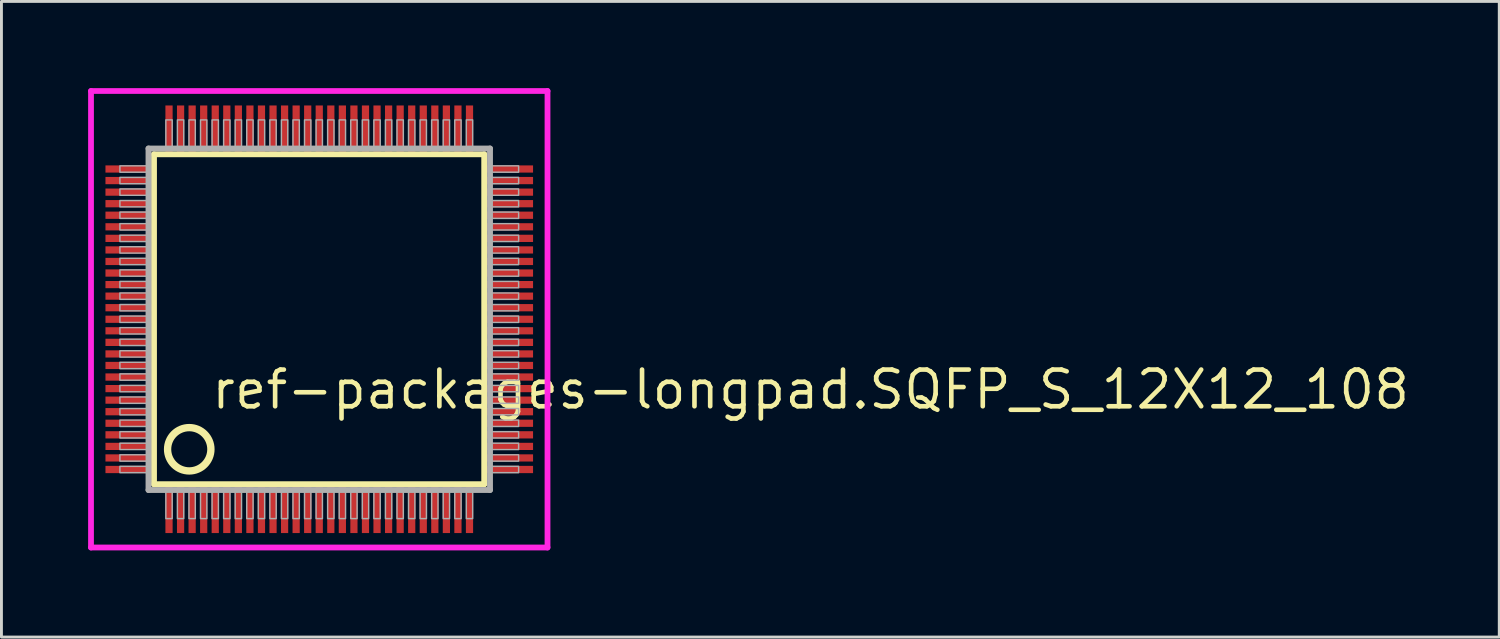
<source format=kicad_pcb>
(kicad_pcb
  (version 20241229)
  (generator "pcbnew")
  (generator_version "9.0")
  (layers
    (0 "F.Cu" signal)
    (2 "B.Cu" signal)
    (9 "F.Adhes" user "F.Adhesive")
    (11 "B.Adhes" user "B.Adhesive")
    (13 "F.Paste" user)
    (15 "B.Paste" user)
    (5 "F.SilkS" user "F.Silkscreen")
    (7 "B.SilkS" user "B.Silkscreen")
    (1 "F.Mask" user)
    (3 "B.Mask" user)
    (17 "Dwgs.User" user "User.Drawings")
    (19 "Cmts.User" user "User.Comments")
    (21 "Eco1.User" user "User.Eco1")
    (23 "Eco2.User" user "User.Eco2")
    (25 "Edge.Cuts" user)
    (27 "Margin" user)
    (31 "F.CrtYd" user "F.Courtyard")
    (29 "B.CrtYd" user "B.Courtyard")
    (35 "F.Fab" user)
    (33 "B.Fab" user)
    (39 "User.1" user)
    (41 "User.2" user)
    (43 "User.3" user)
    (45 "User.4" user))
  (footprint "ref-packages-longpad.SQFP_S_12X12_108"
    (layer "F.Cu")
    (at 8 8)
    (property "Reference" "ref-packages-longpad.SQFP_S_12X12_108" (at -3.81 3.175 0) (layer "F.SilkS") (effects (font (size 1.27 1.27) (thickness 0.16)) (justify left bottom)))
    (attr smd)
    (fp_line (start -5.72 -5.71) (end 5.71 -5.71) (stroke (width 0.203) (type default)) (layer "F.SilkS"))
    (fp_line (start -5.72 5.71) (end -5.72 -5.71) (stroke (width 0.203) (type default)) (layer "F.SilkS"))
    (fp_line (start 5.71 -5.71) (end 5.71 5.71) (stroke (width 0.203) (type default)) (layer "F.SilkS"))
    (fp_line (start 5.71 5.71) (end -5.72 5.71) (stroke (width 0.203) (type default)) (layer "F.SilkS"))
    (fp_circle (center -4.5 4.5) (end -3.75 4.5) (stroke (width 0.254) (type default)) (fill no) (layer "F.SilkS"))
    (fp_line (start -7.9 -7.9) (end 7.9 -7.9) (stroke (width 0.2) (type default)) (layer "F.CrtYd"))
    (fp_line (start -7.9 7.9) (end -7.9 -7.9) (stroke (width 0.2) (type default)) (layer "F.CrtYd"))
    (fp_line (start 7.9 -7.9) (end 7.9 7.9) (stroke (width 0.2) (type default)) (layer "F.CrtYd"))
    (fp_line (start 7.9 7.9) (end -7.9 7.9) (stroke (width 0.2) (type default)) (layer "F.CrtYd"))
    (fp_line (start -5.91 -5.91) (end -5.91 5.91) (stroke (width 0.203) (type default)) (layer "F.Fab"))
    (fp_line (start -5.91 5.91) (end 5.91 5.91) (stroke (width 0.203) (type default)) (layer "F.Fab"))
    (fp_line (start 5.91 -5.91) (end -5.91 -5.91) (stroke (width 0.203) (type default)) (layer "F.Fab"))
    (fp_line (start 5.91 5.91) (end 5.91 -5.91) (stroke (width 0.203) (type default)) (layer "F.Fab"))
    (fp_rect (start -6.9 -5.09) (end -5.95 -5.31) (stroke (width 0.05) (type default)) (fill no) (layer "F.Fab"))
    (fp_rect (start -6.9 -4.69) (end -5.95 -4.91) (stroke (width 0.05) (type default)) (fill no) (layer "F.Fab"))
    (fp_rect (start -6.9 -4.29) (end -5.95 -4.51) (stroke (width 0.05) (type default)) (fill no) (layer "F.Fab"))
    (fp_rect (start -6.9 -3.89) (end -5.95 -4.11) (stroke (width 0.05) (type default)) (fill no) (layer "F.Fab"))
    (fp_rect (start -6.9 -3.49) (end -5.95 -3.71) (stroke (width 0.05) (type default)) (fill no) (layer "F.Fab"))
    (fp_rect (start -6.9 -3.09) (end -5.95 -3.31) (stroke (width 0.05) (type default)) (fill no) (layer "F.Fab"))
    (fp_rect (start -6.9 -2.69) (end -5.95 -2.91) (stroke (width 0.05) (type default)) (fill no) (layer "F.Fab"))
    (fp_rect (start -6.9 -2.29) (end -5.95 -2.51) (stroke (width 0.05) (type default)) (fill no) (layer "F.Fab"))
    (fp_rect (start -6.9 -1.89) (end -5.95 -2.11) (stroke (width 0.05) (type default)) (fill no) (layer "F.Fab"))
    (fp_rect (start -6.9 -1.49) (end -5.95 -1.71) (stroke (width 0.05) (type default)) (fill no) (layer "F.Fab"))
    (fp_rect (start -6.9 -1.09) (end -5.95 -1.31) (stroke (width 0.05) (type default)) (fill no) (layer "F.Fab"))
    (fp_rect (start -6.9 -0.69) (end -5.95 -0.91) (stroke (width 0.05) (type default)) (fill no) (layer "F.Fab"))
    (fp_rect (start -6.9 -0.29) (end -5.95 -0.51) (stroke (width 0.05) (type default)) (fill no) (layer "F.Fab"))
    (fp_rect (start -6.9 0.11) (end -5.95 -0.11) (stroke (width 0.05) (type default)) (fill no) (layer "F.Fab"))
    (fp_rect (start -6.9 0.51) (end -5.95 0.29) (stroke (width 0.05) (type default)) (fill no) (layer "F.Fab"))
    (fp_rect (start -6.9 0.91) (end -5.95 0.69) (stroke (width 0.05) (type default)) (fill no) (layer "F.Fab"))
    (fp_rect (start -6.9 1.31) (end -5.95 1.09) (stroke (width 0.05) (type default)) (fill no) (layer "F.Fab"))
    (fp_rect (start -6.9 1.71) (end -5.95 1.49) (stroke (width 0.05) (type default)) (fill no) (layer "F.Fab"))
    (fp_rect (start -6.9 2.11) (end -5.95 1.89) (stroke (width 0.05) (type default)) (fill no) (layer "F.Fab"))
    (fp_rect (start -6.9 2.51) (end -5.95 2.29) (stroke (width 0.05) (type default)) (fill no) (layer "F.Fab"))
    (fp_rect (start -6.9 2.91) (end -5.95 2.69) (stroke (width 0.05) (type default)) (fill no) (layer "F.Fab"))
    (fp_rect (start -6.9 3.31) (end -5.95 3.09) (stroke (width 0.05) (type default)) (fill no) (layer "F.Fab"))
    (fp_rect (start -6.9 3.71) (end -5.95 3.49) (stroke (width 0.05) (type default)) (fill no) (layer "F.Fab"))
    (fp_rect (start -6.9 4.11) (end -5.95 3.89) (stroke (width 0.05) (type default)) (fill no) (layer "F.Fab"))
    (fp_rect (start -6.9 4.51) (end -5.95 4.29) (stroke (width 0.05) (type default)) (fill no) (layer "F.Fab"))
    (fp_rect (start -6.9 4.91) (end -5.95 4.69) (stroke (width 0.05) (type default)) (fill no) (layer "F.Fab"))
    (fp_rect (start -6.9 5.31) (end -5.95 5.09) (stroke (width 0.05) (type default)) (fill no) (layer "F.Fab"))
    (fp_rect (start -5.31 -5.95) (end -5.09 -6.9) (stroke (width 0.05) (type default)) (fill no) (layer "F.Fab"))
    (fp_rect (start -5.31 6.9) (end -5.09 5.95) (stroke (width 0.05) (type default)) (fill no) (layer "F.Fab"))
    (fp_rect (start -4.91 -5.95) (end -4.69 -6.9) (stroke (width 0.05) (type default)) (fill no) (layer "F.Fab"))
    (fp_rect (start -4.91 6.9) (end -4.69 5.95) (stroke (width 0.05) (type default)) (fill no) (layer "F.Fab"))
    (fp_rect (start -4.51 -5.95) (end -4.29 -6.9) (stroke (width 0.05) (type default)) (fill no) (layer "F.Fab"))
    (fp_rect (start -4.51 6.9) (end -4.29 5.95) (stroke (width 0.05) (type default)) (fill no) (layer "F.Fab"))
    (fp_rect (start -4.11 -5.95) (end -3.89 -6.9) (stroke (width 0.05) (type default)) (fill no) (layer "F.Fab"))
    (fp_rect (start -4.11 6.9) (end -3.89 5.95) (stroke (width 0.05) (type default)) (fill no) (layer "F.Fab"))
    (fp_rect (start -3.71 -5.95) (end -3.49 -6.9) (stroke (width 0.05) (type default)) (fill no) (layer "F.Fab"))
    (fp_rect (start -3.71 6.9) (end -3.49 5.95) (stroke (width 0.05) (type default)) (fill no) (layer "F.Fab"))
    (fp_rect (start -3.31 -5.95) (end -3.09 -6.9) (stroke (width 0.05) (type default)) (fill no) (layer "F.Fab"))
    (fp_rect (start -3.31 6.9) (end -3.09 5.95) (stroke (width 0.05) (type default)) (fill no) (layer "F.Fab"))
    (fp_rect (start -2.91 -5.95) (end -2.69 -6.9) (stroke (width 0.05) (type default)) (fill no) (layer "F.Fab"))
    (fp_rect (start -2.91 6.9) (end -2.69 5.95) (stroke (width 0.05) (type default)) (fill no) (layer "F.Fab"))
    (fp_rect (start -2.51 -5.95) (end -2.29 -6.9) (stroke (width 0.05) (type default)) (fill no) (layer "F.Fab"))
    (fp_rect (start -2.51 6.9) (end -2.29 5.95) (stroke (width 0.05) (type default)) (fill no) (layer "F.Fab"))
    (fp_rect (start -2.11 -5.95) (end -1.89 -6.9) (stroke (width 0.05) (type default)) (fill no) (layer "F.Fab"))
    (fp_rect (start -2.11 6.9) (end -1.89 5.95) (stroke (width 0.05) (type default)) (fill no) (layer "F.Fab"))
    (fp_rect (start -1.71 -5.95) (end -1.49 -6.9) (stroke (width 0.05) (type default)) (fill no) (layer "F.Fab"))
    (fp_rect (start -1.71 6.9) (end -1.49 5.95) (stroke (width 0.05) (type default)) (fill no) (layer "F.Fab"))
    (fp_rect (start -1.31 -5.95) (end -1.09 -6.9) (stroke (width 0.05) (type default)) (fill no) (layer "F.Fab"))
    (fp_rect (start -1.31 6.9) (end -1.09 5.95) (stroke (width 0.05) (type default)) (fill no) (layer "F.Fab"))
    (fp_rect (start -0.91 -5.95) (end -0.69 -6.9) (stroke (width 0.05) (type default)) (fill no) (layer "F.Fab"))
    (fp_rect (start -0.91 6.9) (end -0.69 5.95) (stroke (width 0.05) (type default)) (fill no) (layer "F.Fab"))
    (fp_rect (start -0.51 -5.95) (end -0.29 -6.9) (stroke (width 0.05) (type default)) (fill no) (layer "F.Fab"))
    (fp_rect (start -0.51 6.9) (end -0.29 5.95) (stroke (width 0.05) (type default)) (fill no) (layer "F.Fab"))
    (fp_rect (start -0.11 -5.95) (end 0.11 -6.9) (stroke (width 0.05) (type default)) (fill no) (layer "F.Fab"))
    (fp_rect (start -0.11 6.9) (end 0.11 5.95) (stroke (width 0.05) (type default)) (fill no) (layer "F.Fab"))
    (fp_rect (start 0.29 -5.95) (end 0.51 -6.9) (stroke (width 0.05) (type default)) (fill no) (layer "F.Fab"))
    (fp_rect (start 0.29 6.9) (end 0.51 5.95) (stroke (width 0.05) (type default)) (fill no) (layer "F.Fab"))
    (fp_rect (start 0.69 -5.95) (end 0.91 -6.9) (stroke (width 0.05) (type default)) (fill no) (layer "F.Fab"))
    (fp_rect (start 0.69 6.9) (end 0.91 5.95) (stroke (width 0.05) (type default)) (fill no) (layer "F.Fab"))
    (fp_rect (start 1.09 -5.95) (end 1.31 -6.9) (stroke (width 0.05) (type default)) (fill no) (layer "F.Fab"))
    (fp_rect (start 1.09 6.9) (end 1.31 5.95) (stroke (width 0.05) (type default)) (fill no) (layer "F.Fab"))
    (fp_rect (start 1.49 -5.95) (end 1.71 -6.9) (stroke (width 0.05) (type default)) (fill no) (layer "F.Fab"))
    (fp_rect (start 1.49 6.9) (end 1.71 5.95) (stroke (width 0.05) (type default)) (fill no) (layer "F.Fab"))
    (fp_rect (start 1.89 -5.95) (end 2.11 -6.9) (stroke (width 0.05) (type default)) (fill no) (layer "F.Fab"))
    (fp_rect (start 1.89 6.9) (end 2.11 5.95) (stroke (width 0.05) (type default)) (fill no) (layer "F.Fab"))
    (fp_rect (start 2.29 -5.95) (end 2.51 -6.9) (stroke (width 0.05) (type default)) (fill no) (layer "F.Fab"))
    (fp_rect (start 2.29 6.9) (end 2.51 5.95) (stroke (width 0.05) (type default)) (fill no) (layer "F.Fab"))
    (fp_rect (start 2.69 -5.95) (end 2.91 -6.9) (stroke (width 0.05) (type default)) (fill no) (layer "F.Fab"))
    (fp_rect (start 2.69 6.9) (end 2.91 5.95) (stroke (width 0.05) (type default)) (fill no) (layer "F.Fab"))
    (fp_rect (start 3.09 -5.95) (end 3.31 -6.9) (stroke (width 0.05) (type default)) (fill no) (layer "F.Fab"))
    (fp_rect (start 3.09 6.9) (end 3.31 5.95) (stroke (width 0.05) (type default)) (fill no) (layer "F.Fab"))
    (fp_rect (start 3.49 -5.95) (end 3.71 -6.9) (stroke (width 0.05) (type default)) (fill no) (layer "F.Fab"))
    (fp_rect (start 3.49 6.9) (end 3.71 5.95) (stroke (width 0.05) (type default)) (fill no) (layer "F.Fab"))
    (fp_rect (start 3.89 -5.95) (end 4.11 -6.9) (stroke (width 0.05) (type default)) (fill no) (layer "F.Fab"))
    (fp_rect (start 3.89 6.9) (end 4.11 5.95) (stroke (width 0.05) (type default)) (fill no) (layer "F.Fab"))
    (fp_rect (start 4.29 -5.95) (end 4.51 -6.9) (stroke (width 0.05) (type default)) (fill no) (layer "F.Fab"))
    (fp_rect (start 4.29 6.9) (end 4.51 5.95) (stroke (width 0.05) (type default)) (fill no) (layer "F.Fab"))
    (fp_rect (start 4.69 -5.95) (end 4.91 -6.9) (stroke (width 0.05) (type default)) (fill no) (layer "F.Fab"))
    (fp_rect (start 4.69 6.9) (end 4.91 5.95) (stroke (width 0.05) (type default)) (fill no) (layer "F.Fab"))
    (fp_rect (start 5.09 -5.95) (end 5.31 -6.9) (stroke (width 0.05) (type default)) (fill no) (layer "F.Fab"))
    (fp_rect (start 5.09 6.9) (end 5.31 5.95) (stroke (width 0.05) (type default)) (fill no) (layer "F.Fab"))
    (fp_rect (start 5.95 -5.09) (end 6.9 -5.31) (stroke (width 0.05) (type default)) (fill no) (layer "F.Fab"))
    (fp_rect (start 5.95 -4.69) (end 6.9 -4.91) (stroke (width 0.05) (type default)) (fill no) (layer "F.Fab"))
    (fp_rect (start 5.95 -4.29) (end 6.9 -4.51) (stroke (width 0.05) (type default)) (fill no) (layer "F.Fab"))
    (fp_rect (start 5.95 -3.89) (end 6.9 -4.11) (stroke (width 0.05) (type default)) (fill no) (layer "F.Fab"))
    (fp_rect (start 5.95 -3.49) (end 6.9 -3.71) (stroke (width 0.05) (type default)) (fill no) (layer "F.Fab"))
    (fp_rect (start 5.95 -3.09) (end 6.9 -3.31) (stroke (width 0.05) (type default)) (fill no) (layer "F.Fab"))
    (fp_rect (start 5.95 -2.69) (end 6.9 -2.91) (stroke (width 0.05) (type default)) (fill no) (layer "F.Fab"))
    (fp_rect (start 5.95 -2.29) (end 6.9 -2.51) (stroke (width 0.05) (type default)) (fill no) (layer "F.Fab"))
    (fp_rect (start 5.95 -1.89) (end 6.9 -2.11) (stroke (width 0.05) (type default)) (fill no) (layer "F.Fab"))
    (fp_rect (start 5.95 -1.49) (end 6.9 -1.71) (stroke (width 0.05) (type default)) (fill no) (layer "F.Fab"))
    (fp_rect (start 5.95 -1.09) (end 6.9 -1.31) (stroke (width 0.05) (type default)) (fill no) (layer "F.Fab"))
    (fp_rect (start 5.95 -0.69) (end 6.9 -0.91) (stroke (width 0.05) (type default)) (fill no) (layer "F.Fab"))
    (fp_rect (start 5.95 -0.29) (end 6.9 -0.51) (stroke (width 0.05) (type default)) (fill no) (layer "F.Fab"))
    (fp_rect (start 5.95 0.11) (end 6.9 -0.11) (stroke (width 0.05) (type default)) (fill no) (layer "F.Fab"))
    (fp_rect (start 5.95 0.51) (end 6.9 0.29) (stroke (width 0.05) (type default)) (fill no) (layer "F.Fab"))
    (fp_rect (start 5.95 0.91) (end 6.9 0.69) (stroke (width 0.05) (type default)) (fill no) (layer "F.Fab"))
    (fp_rect (start 5.95 1.31) (end 6.9 1.09) (stroke (width 0.05) (type default)) (fill no) (layer "F.Fab"))
    (fp_rect (start 5.95 1.71) (end 6.9 1.49) (stroke (width 0.05) (type default)) (fill no) (layer "F.Fab"))
    (fp_rect (start 5.95 2.11) (end 6.9 1.89) (stroke (width 0.05) (type default)) (fill no) (layer "F.Fab"))
    (fp_rect (start 5.95 2.51) (end 6.9 2.29) (stroke (width 0.05) (type default)) (fill no) (layer "F.Fab"))
    (fp_rect (start 5.95 2.91) (end 6.9 2.69) (stroke (width 0.05) (type default)) (fill no) (layer "F.Fab"))
    (fp_rect (start 5.95 3.31) (end 6.9 3.09) (stroke (width 0.05) (type default)) (fill no) (layer "F.Fab"))
    (fp_rect (start 5.95 3.71) (end 6.9 3.49) (stroke (width 0.05) (type default)) (fill no) (layer "F.Fab"))
    (fp_rect (start 5.95 4.11) (end 6.9 3.89) (stroke (width 0.05) (type default)) (fill no) (layer "F.Fab"))
    (fp_rect (start 5.95 4.51) (end 6.9 4.29) (stroke (width 0.05) (type default)) (fill no) (layer "F.Fab"))
    (fp_rect (start 5.95 4.91) (end 6.9 4.69) (stroke (width 0.05) (type default)) (fill no) (layer "F.Fab"))
    (fp_rect (start 5.95 5.31) (end 6.9 5.09) (stroke (width 0.05) (type default)) (fill no) (layer "F.Fab"))
    (pad "1" smd roundrect (at -5.2 6.6) (size 0.25 1.6) (layers "F.Cu" "F.Mask" "F.Paste") (roundrect_rratio 0.01))
    (pad "2" smd roundrect (at -4.8 6.6) (size 0.25 1.6) (layers "F.Cu" "F.Mask" "F.Paste") (roundrect_rratio 0.01))
    (pad "3" smd roundrect (at -4.4 6.6) (size 0.25 1.6) (layers "F.Cu" "F.Mask" "F.Paste") (roundrect_rratio 0.01))
    (pad "4" smd roundrect (at -4 6.6) (size 0.25 1.6) (layers "F.Cu" "F.Mask" "F.Paste") (roundrect_rratio 0.01))
    (pad "5" smd roundrect (at -3.6 6.6) (size 0.25 1.6) (layers "F.Cu" "F.Mask" "F.Paste") (roundrect_rratio 0.01))
    (pad "6" smd roundrect (at -3.2 6.6) (size 0.25 1.6) (layers "F.Cu" "F.Mask" "F.Paste") (roundrect_rratio 0.01))
    (pad "7" smd roundrect (at -2.8 6.6) (size 0.25 1.6) (layers "F.Cu" "F.Mask" "F.Paste") (roundrect_rratio 0.01))
    (pad "8" smd roundrect (at -2.4 6.6) (size 0.25 1.6) (layers "F.Cu" "F.Mask" "F.Paste") (roundrect_rratio 0.01))
    (pad "9" smd roundrect (at -2 6.6) (size 0.25 1.6) (layers "F.Cu" "F.Mask" "F.Paste") (roundrect_rratio 0.01))
    (pad "10" smd roundrect (at -1.6 6.6) (size 0.25 1.6) (layers "F.Cu" "F.Mask" "F.Paste") (roundrect_rratio 0.01))
    (pad "11" smd roundrect (at -1.2 6.6) (size 0.25 1.6) (layers "F.Cu" "F.Mask" "F.Paste") (roundrect_rratio 0.01))
    (pad "12" smd roundrect (at -0.8 6.6) (size 0.25 1.6) (layers "F.Cu" "F.Mask" "F.Paste") (roundrect_rratio 0.01))
    (pad "13" smd roundrect (at -0.4 6.6) (size 0.25 1.6) (layers "F.Cu" "F.Mask" "F.Paste") (roundrect_rratio 0.01))
    (pad "14" smd roundrect (at 0 6.6) (size 0.25 1.6) (layers "F.Cu" "F.Mask" "F.Paste") (roundrect_rratio 0.01))
    (pad "15" smd roundrect (at 0.4 6.6) (size 0.25 1.6) (layers "F.Cu" "F.Mask" "F.Paste") (roundrect_rratio 0.01))
    (pad "16" smd roundrect (at 0.8 6.6) (size 0.25 1.6) (layers "F.Cu" "F.Mask" "F.Paste") (roundrect_rratio 0.01))
    (pad "17" smd roundrect (at 1.2 6.6) (size 0.25 1.6) (layers "F.Cu" "F.Mask" "F.Paste") (roundrect_rratio 0.01))
    (pad "18" smd roundrect (at 1.6 6.6) (size 0.25 1.6) (layers "F.Cu" "F.Mask" "F.Paste") (roundrect_rratio 0.01))
    (pad "19" smd roundrect (at 2 6.6) (size 0.25 1.6) (layers "F.Cu" "F.Mask" "F.Paste") (roundrect_rratio 0.01))
    (pad "20" smd roundrect (at 2.4 6.6) (size 0.25 1.6) (layers "F.Cu" "F.Mask" "F.Paste") (roundrect_rratio 0.01))
    (pad "21" smd roundrect (at 2.8 6.6) (size 0.25 1.6) (layers "F.Cu" "F.Mask" "F.Paste") (roundrect_rratio 0.01))
    (pad "22" smd roundrect (at 3.2 6.6) (size 0.25 1.6) (layers "F.Cu" "F.Mask" "F.Paste") (roundrect_rratio 0.01))
    (pad "23" smd roundrect (at 3.6 6.6) (size 0.25 1.6) (layers "F.Cu" "F.Mask" "F.Paste") (roundrect_rratio 0.01))
    (pad "24" smd roundrect (at 4 6.6) (size 0.25 1.6) (layers "F.Cu" "F.Mask" "F.Paste") (roundrect_rratio 0.01))
    (pad "25" smd roundrect (at 4.4 6.6) (size 0.25 1.6) (layers "F.Cu" "F.Mask" "F.Paste") (roundrect_rratio 0.01))
    (pad "26" smd roundrect (at 4.8 6.6) (size 0.25 1.6) (layers "F.Cu" "F.Mask" "F.Paste") (roundrect_rratio 0.01))
    (pad "27" smd roundrect (at 5.2 6.6) (size 0.25 1.6) (layers "F.Cu" "F.Mask" "F.Paste") (roundrect_rratio 0.01))
    (pad "28" smd roundrect (at 6.6 5.2) (size 1.6 0.25) (layers "F.Cu" "F.Mask" "F.Paste") (roundrect_rratio 0.01))
    (pad "29" smd roundrect (at 6.6 4.8) (size 1.6 0.25) (layers "F.Cu" "F.Mask" "F.Paste") (roundrect_rratio 0.01))
    (pad "30" smd roundrect (at 6.6 4.4) (size 1.6 0.25) (layers "F.Cu" "F.Mask" "F.Paste") (roundrect_rratio 0.01))
    (pad "31" smd roundrect (at 6.6 4) (size 1.6 0.25) (layers "F.Cu" "F.Mask" "F.Paste") (roundrect_rratio 0.01))
    (pad "32" smd roundrect (at 6.6 3.6) (size 1.6 0.25) (layers "F.Cu" "F.Mask" "F.Paste") (roundrect_rratio 0.01))
    (pad "33" smd roundrect (at 6.6 3.2) (size 1.6 0.25) (layers "F.Cu" "F.Mask" "F.Paste") (roundrect_rratio 0.01))
    (pad "34" smd roundrect (at 6.6 2.8) (size 1.6 0.25) (layers "F.Cu" "F.Mask" "F.Paste") (roundrect_rratio 0.01))
    (pad "35" smd roundrect (at 6.6 2.4) (size 1.6 0.25) (layers "F.Cu" "F.Mask" "F.Paste") (roundrect_rratio 0.01))
    (pad "36" smd roundrect (at 6.6 2) (size 1.6 0.25) (layers "F.Cu" "F.Mask" "F.Paste") (roundrect_rratio 0.01))
    (pad "37" smd roundrect (at 6.6 1.6) (size 1.6 0.25) (layers "F.Cu" "F.Mask" "F.Paste") (roundrect_rratio 0.01))
    (pad "38" smd roundrect (at 6.6 1.2) (size 1.6 0.25) (layers "F.Cu" "F.Mask" "F.Paste") (roundrect_rratio 0.01))
    (pad "39" smd roundrect (at 6.6 0.8) (size 1.6 0.25) (layers "F.Cu" "F.Mask" "F.Paste") (roundrect_rratio 0.01))
    (pad "40" smd roundrect (at 6.6 0.4) (size 1.6 0.25) (layers "F.Cu" "F.Mask" "F.Paste") (roundrect_rratio 0.01))
    (pad "41" smd roundrect (at 6.6 0) (size 1.6 0.25) (layers "F.Cu" "F.Mask" "F.Paste") (roundrect_rratio 0.01))
    (pad "42" smd roundrect (at 6.6 -0.4) (size 1.6 0.25) (layers "F.Cu" "F.Mask" "F.Paste") (roundrect_rratio 0.01))
    (pad "43" smd roundrect (at 6.6 -0.8) (size 1.6 0.25) (layers "F.Cu" "F.Mask" "F.Paste") (roundrect_rratio 0.01))
    (pad "44" smd roundrect (at 6.6 -1.2) (size 1.6 0.25) (layers "F.Cu" "F.Mask" "F.Paste") (roundrect_rratio 0.01))
    (pad "45" smd roundrect (at 6.6 -1.6) (size 1.6 0.25) (layers "F.Cu" "F.Mask" "F.Paste") (roundrect_rratio 0.01))
    (pad "46" smd roundrect (at 6.6 -2) (size 1.6 0.25) (layers "F.Cu" "F.Mask" "F.Paste") (roundrect_rratio 0.01))
    (pad "47" smd roundrect (at 6.6 -2.4) (size 1.6 0.25) (layers "F.Cu" "F.Mask" "F.Paste") (roundrect_rratio 0.01))
    (pad "48" smd roundrect (at 6.6 -2.8) (size 1.6 0.25) (layers "F.Cu" "F.Mask" "F.Paste") (roundrect_rratio 0.01))
    (pad "49" smd roundrect (at 6.6 -3.2) (size 1.6 0.25) (layers "F.Cu" "F.Mask" "F.Paste") (roundrect_rratio 0.01))
    (pad "50" smd roundrect (at 6.6 -3.6) (size 1.6 0.25) (layers "F.Cu" "F.Mask" "F.Paste") (roundrect_rratio 0.01))
    (pad "51" smd roundrect (at 6.6 -4) (size 1.6 0.25) (layers "F.Cu" "F.Mask" "F.Paste") (roundrect_rratio 0.01))
    (pad "52" smd roundrect (at 6.6 -4.4) (size 1.6 0.25) (layers "F.Cu" "F.Mask" "F.Paste") (roundrect_rratio 0.01))
    (pad "53" smd roundrect (at 6.6 -4.8) (size 1.6 0.25) (layers "F.Cu" "F.Mask" "F.Paste") (roundrect_rratio 0.01))
    (pad "54" smd roundrect (at 6.6 -5.2) (size 1.6 0.25) (layers "F.Cu" "F.Mask" "F.Paste") (roundrect_rratio 0.01))
    (pad "55" smd roundrect (at 5.2 -6.6) (size 0.25 1.6) (layers "F.Cu" "F.Mask" "F.Paste") (roundrect_rratio 0.01))
    (pad "56" smd roundrect (at 4.8 -6.6) (size 0.25 1.6) (layers "F.Cu" "F.Mask" "F.Paste") (roundrect_rratio 0.01))
    (pad "57" smd roundrect (at 4.4 -6.6) (size 0.25 1.6) (layers "F.Cu" "F.Mask" "F.Paste") (roundrect_rratio 0.01))
    (pad "58" smd roundrect (at 4 -6.6) (size 0.25 1.6) (layers "F.Cu" "F.Mask" "F.Paste") (roundrect_rratio 0.01))
    (pad "59" smd roundrect (at 3.6 -6.6) (size 0.25 1.6) (layers "F.Cu" "F.Mask" "F.Paste") (roundrect_rratio 0.01))
    (pad "60" smd roundrect (at 3.2 -6.6) (size 0.25 1.6) (layers "F.Cu" "F.Mask" "F.Paste") (roundrect_rratio 0.01))
    (pad "61" smd roundrect (at 2.8 -6.6) (size 0.25 1.6) (layers "F.Cu" "F.Mask" "F.Paste") (roundrect_rratio 0.01))
    (pad "62" smd roundrect (at 2.4 -6.6) (size 0.25 1.6) (layers "F.Cu" "F.Mask" "F.Paste") (roundrect_rratio 0.01))
    (pad "63" smd roundrect (at 2 -6.6) (size 0.25 1.6) (layers "F.Cu" "F.Mask" "F.Paste") (roundrect_rratio 0.01))
    (pad "64" smd roundrect (at 1.6 -6.6) (size 0.25 1.6) (layers "F.Cu" "F.Mask" "F.Paste") (roundrect_rratio 0.01))
    (pad "65" smd roundrect (at 1.2 -6.6) (size 0.25 1.6) (layers "F.Cu" "F.Mask" "F.Paste") (roundrect_rratio 0.01))
    (pad "66" smd roundrect (at 0.8 -6.6) (size 0.25 1.6) (layers "F.Cu" "F.Mask" "F.Paste") (roundrect_rratio 0.01))
    (pad "67" smd roundrect (at 0.4 -6.6) (size 0.25 1.6) (layers "F.Cu" "F.Mask" "F.Paste") (roundrect_rratio 0.01))
    (pad "68" smd roundrect (at 0 -6.6) (size 0.25 1.6) (layers "F.Cu" "F.Mask" "F.Paste") (roundrect_rratio 0.01))
    (pad "69" smd roundrect (at -0.4 -6.6) (size 0.25 1.6) (layers "F.Cu" "F.Mask" "F.Paste") (roundrect_rratio 0.01))
    (pad "70" smd roundrect (at -0.8 -6.6) (size 0.25 1.6) (layers "F.Cu" "F.Mask" "F.Paste") (roundrect_rratio 0.01))
    (pad "71" smd roundrect (at -1.2 -6.6) (size 0.25 1.6) (layers "F.Cu" "F.Mask" "F.Paste") (roundrect_rratio 0.01))
    (pad "72" smd roundrect (at -1.6 -6.6) (size 0.25 1.6) (layers "F.Cu" "F.Mask" "F.Paste") (roundrect_rratio 0.01))
    (pad "73" smd roundrect (at -2 -6.6) (size 0.25 1.6) (layers "F.Cu" "F.Mask" "F.Paste") (roundrect_rratio 0.01))
    (pad "74" smd roundrect (at -2.4 -6.6) (size 0.25 1.6) (layers "F.Cu" "F.Mask" "F.Paste") (roundrect_rratio 0.01))
    (pad "75" smd roundrect (at -2.8 -6.6) (size 0.25 1.6) (layers "F.Cu" "F.Mask" "F.Paste") (roundrect_rratio 0.01))
    (pad "76" smd roundrect (at -3.2 -6.6) (size 0.25 1.6) (layers "F.Cu" "F.Mask" "F.Paste") (roundrect_rratio 0.01))
    (pad "77" smd roundrect (at -3.6 -6.6) (size 0.25 1.6) (layers "F.Cu" "F.Mask" "F.Paste") (roundrect_rratio 0.01))
    (pad "78" smd roundrect (at -4 -6.6) (size 0.25 1.6) (layers "F.Cu" "F.Mask" "F.Paste") (roundrect_rratio 0.01))
    (pad "79" smd roundrect (at -4.4 -6.6) (size 0.25 1.6) (layers "F.Cu" "F.Mask" "F.Paste") (roundrect_rratio 0.01))
    (pad "80" smd roundrect (at -4.8 -6.6) (size 0.25 1.6) (layers "F.Cu" "F.Mask" "F.Paste") (roundrect_rratio 0.01))
    (pad "81" smd roundrect (at -5.2 -6.6) (size 0.25 1.6) (layers "F.Cu" "F.Mask" "F.Paste") (roundrect_rratio 0.01))
    (pad "82" smd roundrect (at -6.6 -5.2) (size 1.6 0.25) (layers "F.Cu" "F.Mask" "F.Paste") (roundrect_rratio 0.01))
    (pad "83" smd roundrect (at -6.6 -4.8) (size 1.6 0.25) (layers "F.Cu" "F.Mask" "F.Paste") (roundrect_rratio 0.01))
    (pad "84" smd roundrect (at -6.6 -4.4) (size 1.6 0.25) (layers "F.Cu" "F.Mask" "F.Paste") (roundrect_rratio 0.01))
    (pad "85" smd roundrect (at -6.6 -4) (size 1.6 0.25) (layers "F.Cu" "F.Mask" "F.Paste") (roundrect_rratio 0.01))
    (pad "86" smd roundrect (at -6.6 -3.6) (size 1.6 0.25) (layers "F.Cu" "F.Mask" "F.Paste") (roundrect_rratio 0.01))
    (pad "87" smd roundrect (at -6.6 -3.2) (size 1.6 0.25) (layers "F.Cu" "F.Mask" "F.Paste") (roundrect_rratio 0.01))
    (pad "88" smd roundrect (at -6.6 -2.8) (size 1.6 0.25) (layers "F.Cu" "F.Mask" "F.Paste") (roundrect_rratio 0.01))
    (pad "89" smd roundrect (at -6.6 -2.4) (size 1.6 0.25) (layers "F.Cu" "F.Mask" "F.Paste") (roundrect_rratio 0.01))
    (pad "90" smd roundrect (at -6.6 -2) (size 1.6 0.25) (layers "F.Cu" "F.Mask" "F.Paste") (roundrect_rratio 0.01))
    (pad "91" smd roundrect (at -6.6 -1.6) (size 1.6 0.25) (layers "F.Cu" "F.Mask" "F.Paste") (roundrect_rratio 0.01))
    (pad "92" smd roundrect (at -6.6 -1.2) (size 1.6 0.25) (layers "F.Cu" "F.Mask" "F.Paste") (roundrect_rratio 0.01))
    (pad "93" smd roundrect (at -6.6 -0.8) (size 1.6 0.25) (layers "F.Cu" "F.Mask" "F.Paste") (roundrect_rratio 0.01))
    (pad "94" smd roundrect (at -6.6 -0.4) (size 1.6 0.25) (layers "F.Cu" "F.Mask" "F.Paste") (roundrect_rratio 0.01))
    (pad "95" smd roundrect (at -6.6 0) (size 1.6 0.25) (layers "F.Cu" "F.Mask" "F.Paste") (roundrect_rratio 0.01))
    (pad "96" smd roundrect (at -6.6 0.4) (size 1.6 0.25) (layers "F.Cu" "F.Mask" "F.Paste") (roundrect_rratio 0.01))
    (pad "97" smd roundrect (at -6.6 0.8) (size 1.6 0.25) (layers "F.Cu" "F.Mask" "F.Paste") (roundrect_rratio 0.01))
    (pad "98" smd roundrect (at -6.6 1.2) (size 1.6 0.25) (layers "F.Cu" "F.Mask" "F.Paste") (roundrect_rratio 0.01))
    (pad "99" smd roundrect (at -6.6 1.6) (size 1.6 0.25) (layers "F.Cu" "F.Mask" "F.Paste") (roundrect_rratio 0.01))
    (pad "100" smd roundrect (at -6.6 2) (size 1.6 0.25) (layers "F.Cu" "F.Mask" "F.Paste") (roundrect_rratio 0.01))
    (pad "101" smd roundrect (at -6.6 2.4) (size 1.6 0.25) (layers "F.Cu" "F.Mask" "F.Paste") (roundrect_rratio 0.01))
    (pad "102" smd roundrect (at -6.6 2.8) (size 1.6 0.25) (layers "F.Cu" "F.Mask" "F.Paste") (roundrect_rratio 0.01))
    (pad "103" smd roundrect (at -6.6 3.2) (size 1.6 0.25) (layers "F.Cu" "F.Mask" "F.Paste") (roundrect_rratio 0.01))
    (pad "104" smd roundrect (at -6.6 3.6) (size 1.6 0.25) (layers "F.Cu" "F.Mask" "F.Paste") (roundrect_rratio 0.01))
    (pad "105" smd roundrect (at -6.6 4) (size 1.6 0.25) (layers "F.Cu" "F.Mask" "F.Paste") (roundrect_rratio 0.01))
    (pad "106" smd roundrect (at -6.6 4.4) (size 1.6 0.25) (layers "F.Cu" "F.Mask" "F.Paste") (roundrect_rratio 0.01))
    (pad "107" smd roundrect (at -6.6 4.8) (size 1.6 0.25) (layers "F.Cu" "F.Mask" "F.Paste") (roundrect_rratio 0.01))
    (pad "108" smd roundrect (at -6.6 5.2) (size 1.6 0.25) (layers "F.Cu" "F.Mask" "F.Paste") (roundrect_rratio 0.01)))
  (gr_rect
    (start -3 -3)
    (end 48.842 19)
    (stroke (width 0.1) (type default))
    (fill no)
    (layer "Edge.Cuts")))
</source>
